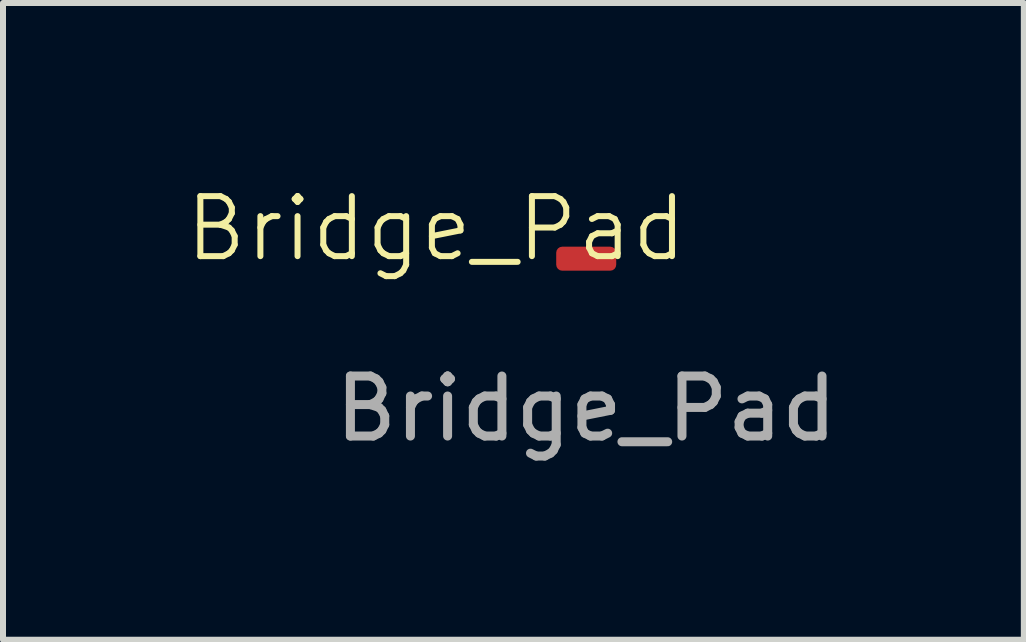
<source format=kicad_pcb>
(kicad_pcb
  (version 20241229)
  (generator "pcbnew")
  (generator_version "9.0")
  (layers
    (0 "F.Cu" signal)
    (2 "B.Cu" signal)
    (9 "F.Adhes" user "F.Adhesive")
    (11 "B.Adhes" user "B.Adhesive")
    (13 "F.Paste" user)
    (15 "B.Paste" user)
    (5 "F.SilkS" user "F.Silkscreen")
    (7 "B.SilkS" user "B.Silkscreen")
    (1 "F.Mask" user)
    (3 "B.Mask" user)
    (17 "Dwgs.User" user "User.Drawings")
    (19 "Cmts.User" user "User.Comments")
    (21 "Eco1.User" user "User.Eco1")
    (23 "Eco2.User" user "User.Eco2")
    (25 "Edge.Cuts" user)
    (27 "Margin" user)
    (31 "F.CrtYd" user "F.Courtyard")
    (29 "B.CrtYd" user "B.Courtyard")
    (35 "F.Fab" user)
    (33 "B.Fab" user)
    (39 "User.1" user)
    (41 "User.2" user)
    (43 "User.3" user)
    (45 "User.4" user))
  (footprint "Bridge_Pad"
    (layer "F.Cu")
    (at 6.717 1.26)
    (property "Reference" "Bridge_Pad" (at -2.5 -0.5 0) (unlocked yes) (layer "F.SilkS") (effects (font (size 1 1) (thickness 0.1))))
    (attr smd)
    (fp_text user "${REFERENCE}" (at 0 2.5 0) (unlocked yes) (layer "F.Fab") (effects (font (size 1 1) (thickness 0.15))))
    (pad "1" smd roundrect (at 0 0) (size 1 0.4) (layers "F.Cu" "F.Mask" "F.Paste") (roundrect_rratio 0.25)))
  (gr_rect
    (start -3 -3)
    (end 14.008 7.609)
    (stroke (width 0.1) (type default))
    (fill no)
    (layer "Edge.Cuts")))
</source>
